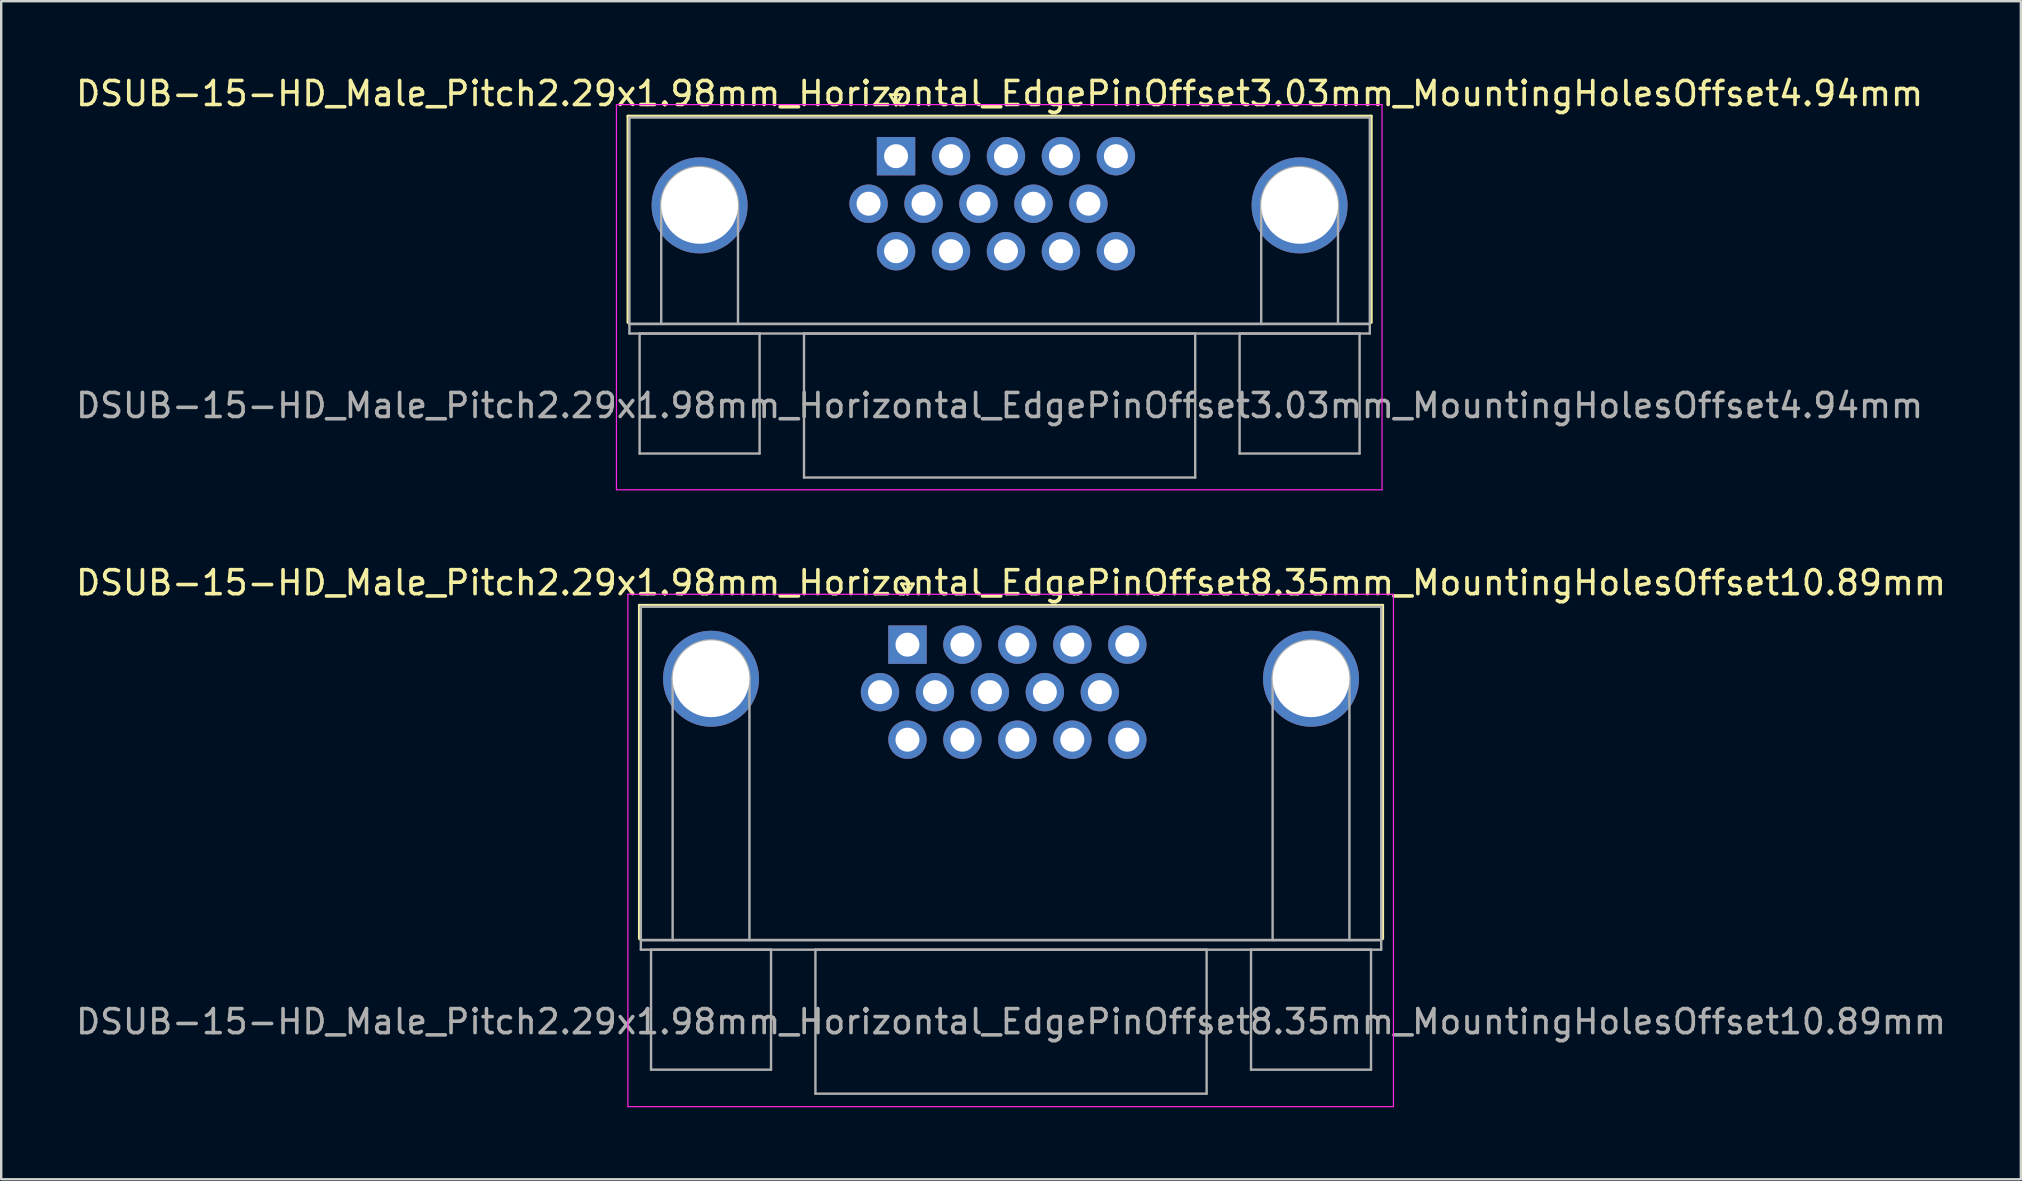
<source format=kicad_pcb>
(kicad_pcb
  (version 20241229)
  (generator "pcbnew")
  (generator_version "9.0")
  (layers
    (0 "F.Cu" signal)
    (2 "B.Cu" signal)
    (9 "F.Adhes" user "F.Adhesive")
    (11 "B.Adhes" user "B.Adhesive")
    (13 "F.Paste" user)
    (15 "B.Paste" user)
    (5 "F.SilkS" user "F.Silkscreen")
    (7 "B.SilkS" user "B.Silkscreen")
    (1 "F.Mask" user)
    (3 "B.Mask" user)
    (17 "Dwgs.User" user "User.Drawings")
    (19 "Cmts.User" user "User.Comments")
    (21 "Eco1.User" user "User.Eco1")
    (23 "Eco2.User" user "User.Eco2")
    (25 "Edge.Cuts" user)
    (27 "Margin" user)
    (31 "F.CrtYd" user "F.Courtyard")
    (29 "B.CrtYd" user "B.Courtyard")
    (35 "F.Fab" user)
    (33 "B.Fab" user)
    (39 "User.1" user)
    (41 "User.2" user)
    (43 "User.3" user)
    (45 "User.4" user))
  (footprint "DSUB-15-HD_Male_Pitch2.29x1.98mm_Horizontal_EdgePinOffset8.35mm_MountingHolesOffset10.89mm"
    (layer "F.Cu")
    (at 34.762 23.811)
    (property "Reference" "DSUB-15-HD_Male_Pitch2.29x1.98mm_Horizontal_EdgePinOffset8.35mm_MountingHolesOffset10.89mm" (at 4.315 -2.58 0) (layer "F.SilkS") (effects (font (size 1 1) (thickness 0.15))))
    (attr through_hole)
    (fp_line (start -11.17 -1.64) (end 19.8 -1.64) (stroke (width 0.12) (type solid)) (layer "F.SilkS"))
    (fp_line (start -11.17 12.25) (end -11.17 -1.64) (stroke (width 0.12) (type solid)) (layer "F.SilkS"))
    (fp_line (start -0.25 -2.534) (end 0.25 -2.534) (stroke (width 0.12) (type solid)) (layer "F.SilkS"))
    (fp_line (start 0 -2.101) (end -0.25 -2.534) (stroke (width 0.12) (type solid)) (layer "F.SilkS"))
    (fp_line (start 0.25 -2.534) (end 0 -2.101) (stroke (width 0.12) (type solid)) (layer "F.SilkS"))
    (fp_line (start 19.8 -1.64) (end 19.8 12.25) (stroke (width 0.12) (type solid)) (layer "F.SilkS"))
    (fp_line (start -11.65 -2.1) (end -11.65 19.25) (stroke (width 0.05) (type solid)) (layer "F.CrtYd"))
    (fp_line (start -11.65 19.25) (end 20.25 19.25) (stroke (width 0.05) (type solid)) (layer "F.CrtYd"))
    (fp_line (start 20.25 -2.1) (end -11.65 -2.1) (stroke (width 0.05) (type solid)) (layer "F.CrtYd"))
    (fp_line (start 20.25 19.25) (end 20.25 -2.1) (stroke (width 0.05) (type solid)) (layer "F.CrtYd"))
    (fp_line (start -11.11 -1.58) (end -11.11 12.31) (stroke (width 0.1) (type solid)) (layer "F.Fab"))
    (fp_line (start -11.11 12.31) (end -11.11 12.71) (stroke (width 0.1) (type solid)) (layer "F.Fab"))
    (fp_line (start -11.11 12.31) (end 19.74 12.31) (stroke (width 0.1) (type solid)) (layer "F.Fab"))
    (fp_line (start -11.11 12.71) (end 19.74 12.71) (stroke (width 0.1) (type solid)) (layer "F.Fab"))
    (fp_line (start -10.685 12.71) (end -10.685 17.71) (stroke (width 0.1) (type solid)) (layer "F.Fab"))
    (fp_line (start -10.685 17.71) (end -5.685 17.71) (stroke (width 0.1) (type solid)) (layer "F.Fab"))
    (fp_line (start -9.785 12.31) (end -9.785 1.42) (stroke (width 0.1) (type solid)) (layer "F.Fab"))
    (fp_line (start -6.585 12.31) (end -6.585 1.42) (stroke (width 0.1) (type solid)) (layer "F.Fab"))
    (fp_line (start -5.685 12.71) (end -10.685 12.71) (stroke (width 0.1) (type solid)) (layer "F.Fab"))
    (fp_line (start -5.685 17.71) (end -5.685 12.71) (stroke (width 0.1) (type solid)) (layer "F.Fab"))
    (fp_line (start -3.835 12.71) (end -3.835 18.71) (stroke (width 0.1) (type solid)) (layer "F.Fab"))
    (fp_line (start -3.835 18.71) (end 12.465 18.71) (stroke (width 0.1) (type solid)) (layer "F.Fab"))
    (fp_line (start 12.465 12.71) (end -3.835 12.71) (stroke (width 0.1) (type solid)) (layer "F.Fab"))
    (fp_line (start 12.465 18.71) (end 12.465 12.71) (stroke (width 0.1) (type solid)) (layer "F.Fab"))
    (fp_line (start 14.315 12.71) (end 14.315 17.71) (stroke (width 0.1) (type solid)) (layer "F.Fab"))
    (fp_line (start 14.315 17.71) (end 19.315 17.71) (stroke (width 0.1) (type solid)) (layer "F.Fab"))
    (fp_line (start 15.215 12.31) (end 15.215 1.42) (stroke (width 0.1) (type solid)) (layer "F.Fab"))
    (fp_line (start 18.415 12.31) (end 18.415 1.42) (stroke (width 0.1) (type solid)) (layer "F.Fab"))
    (fp_line (start 19.315 12.71) (end 14.315 12.71) (stroke (width 0.1) (type solid)) (layer "F.Fab"))
    (fp_line (start 19.315 17.71) (end 19.315 12.71) (stroke (width 0.1) (type solid)) (layer "F.Fab"))
    (fp_line (start 19.74 -1.58) (end -11.11 -1.58) (stroke (width 0.1) (type solid)) (layer "F.Fab"))
    (fp_line (start 19.74 12.31) (end -11.11 12.31) (stroke (width 0.1) (type solid)) (layer "F.Fab"))
    (fp_line (start 19.74 12.31) (end 19.74 -1.58) (stroke (width 0.1) (type solid)) (layer "F.Fab"))
    (fp_line (start 19.74 12.71) (end 19.74 12.31) (stroke (width 0.1) (type solid)) (layer "F.Fab"))
    (fp_arc (start -9.785 1.42) (mid -8.185 -0.18) (end -6.585 1.42) (stroke (width 0.1) (type solid)) (layer "F.Fab"))
    (fp_arc (start 15.215 1.42) (mid 16.815 -0.18) (end 18.415 1.42) (stroke (width 0.1) (type solid)) (layer "F.Fab"))
    (fp_text user "${REFERENCE}" (at 4.315 15.71 0) (layer "F.Fab") (effects (font (size 1 1) (thickness 0.15))))
    (pad "0" thru_hole circle (at -8.185 1.42) (size 4 4) (drill 3.2) (layers "*.Cu" "*.Mask"))
    (pad "0" thru_hole circle (at 16.815 1.42) (size 4 4) (drill 3.2) (layers "*.Cu" "*.Mask"))
    (pad "1" thru_hole rect (at 0 0) (size 1.6 1.6) (drill 1) (layers "*.Cu" "*.Mask"))
    (pad "2" thru_hole circle (at 2.29 0) (size 1.6 1.6) (drill 1) (layers "*.Cu" "*.Mask"))
    (pad "3" thru_hole circle (at 4.58 0) (size 1.6 1.6) (drill 1) (layers "*.Cu" "*.Mask"))
    (pad "4" thru_hole circle (at 6.87 0) (size 1.6 1.6) (drill 1) (layers "*.Cu" "*.Mask"))
    (pad "5" thru_hole circle (at 9.16 0) (size 1.6 1.6) (drill 1) (layers "*.Cu" "*.Mask"))
    (pad "6" thru_hole circle (at -1.145 1.98) (size 1.6 1.6) (drill 1) (layers "*.Cu" "*.Mask"))
    (pad "7" thru_hole circle (at 1.145 1.98) (size 1.6 1.6) (drill 1) (layers "*.Cu" "*.Mask"))
    (pad "8" thru_hole circle (at 3.435 1.98) (size 1.6 1.6) (drill 1) (layers "*.Cu" "*.Mask"))
    (pad "9" thru_hole circle (at 5.725 1.98) (size 1.6 1.6) (drill 1) (layers "*.Cu" "*.Mask"))
    (pad "10" thru_hole circle (at 8.015 1.98) (size 1.6 1.6) (drill 1) (layers "*.Cu" "*.Mask"))
    (pad "11" thru_hole circle (at 0 3.96) (size 1.6 1.6) (drill 1) (layers "*.Cu" "*.Mask"))
    (pad "12" thru_hole circle (at 2.29 3.96) (size 1.6 1.6) (drill 1) (layers "*.Cu" "*.Mask"))
    (pad "13" thru_hole circle (at 4.58 3.96) (size 1.6 1.6) (drill 1) (layers "*.Cu" "*.Mask"))
    (pad "14" thru_hole circle (at 6.87 3.96) (size 1.6 1.6) (drill 1) (layers "*.Cu" "*.Mask"))
    (pad "15" thru_hole circle (at 9.16 3.96) (size 1.6 1.6) (drill 1) (layers "*.Cu" "*.Mask")))
  (footprint "DSUB-15-HD_Male_Pitch2.29x1.98mm_Horizontal_EdgePinOffset3.03mm_MountingHolesOffset4.94mm"
    (layer "F.Cu")
    (at 34.286 3.458)
    (property "Reference" "DSUB-15-HD_Male_Pitch2.29x1.98mm_Horizontal_EdgePinOffset3.03mm_MountingHolesOffset4.94mm" (at 4.315 -2.61 0) (layer "F.SilkS") (effects (font (size 1 1) (thickness 0.15))))
    (attr through_hole)
    (fp_line (start -11.17 -1.67) (end 19.8 -1.67) (stroke (width 0.12) (type solid)) (layer "F.SilkS"))
    (fp_line (start -11.17 6.93) (end -11.17 -1.67) (stroke (width 0.12) (type solid)) (layer "F.SilkS"))
    (fp_line (start -0.25 -2.564) (end 0.25 -2.564) (stroke (width 0.12) (type solid)) (layer "F.SilkS"))
    (fp_line (start 0 -2.131) (end -0.25 -2.564) (stroke (width 0.12) (type solid)) (layer "F.SilkS"))
    (fp_line (start 0.25 -2.564) (end 0 -2.131) (stroke (width 0.12) (type solid)) (layer "F.SilkS"))
    (fp_line (start 19.8 -1.67) (end 19.8 6.93) (stroke (width 0.12) (type solid)) (layer "F.SilkS"))
    (fp_line (start -11.65 -2.15) (end -11.65 13.9) (stroke (width 0.05) (type solid)) (layer "F.CrtYd"))
    (fp_line (start -11.65 13.9) (end 20.25 13.9) (stroke (width 0.05) (type solid)) (layer "F.CrtYd"))
    (fp_line (start 20.25 -2.15) (end -11.65 -2.15) (stroke (width 0.05) (type solid)) (layer "F.CrtYd"))
    (fp_line (start 20.25 13.9) (end 20.25 -2.15) (stroke (width 0.05) (type solid)) (layer "F.CrtYd"))
    (fp_line (start -11.11 -1.61) (end -11.11 6.99) (stroke (width 0.1) (type solid)) (layer "F.Fab"))
    (fp_line (start -11.11 6.99) (end -11.11 7.39) (stroke (width 0.1) (type solid)) (layer "F.Fab"))
    (fp_line (start -11.11 6.99) (end 19.74 6.99) (stroke (width 0.1) (type solid)) (layer "F.Fab"))
    (fp_line (start -11.11 7.39) (end 19.74 7.39) (stroke (width 0.1) (type solid)) (layer "F.Fab"))
    (fp_line (start -10.685 7.39) (end -10.685 12.39) (stroke (width 0.1) (type solid)) (layer "F.Fab"))
    (fp_line (start -10.685 12.39) (end -5.685 12.39) (stroke (width 0.1) (type solid)) (layer "F.Fab"))
    (fp_line (start -9.785 6.99) (end -9.785 2.05) (stroke (width 0.1) (type solid)) (layer "F.Fab"))
    (fp_line (start -6.585 6.99) (end -6.585 2.05) (stroke (width 0.1) (type solid)) (layer "F.Fab"))
    (fp_line (start -5.685 7.39) (end -10.685 7.39) (stroke (width 0.1) (type solid)) (layer "F.Fab"))
    (fp_line (start -5.685 12.39) (end -5.685 7.39) (stroke (width 0.1) (type solid)) (layer "F.Fab"))
    (fp_line (start -3.835 7.39) (end -3.835 13.39) (stroke (width 0.1) (type solid)) (layer "F.Fab"))
    (fp_line (start -3.835 13.39) (end 12.465 13.39) (stroke (width 0.1) (type solid)) (layer "F.Fab"))
    (fp_line (start 12.465 7.39) (end -3.835 7.39) (stroke (width 0.1) (type solid)) (layer "F.Fab"))
    (fp_line (start 12.465 13.39) (end 12.465 7.39) (stroke (width 0.1) (type solid)) (layer "F.Fab"))
    (fp_line (start 14.315 7.39) (end 14.315 12.39) (stroke (width 0.1) (type solid)) (layer "F.Fab"))
    (fp_line (start 14.315 12.39) (end 19.315 12.39) (stroke (width 0.1) (type solid)) (layer "F.Fab"))
    (fp_line (start 15.215 6.99) (end 15.215 2.05) (stroke (width 0.1) (type solid)) (layer "F.Fab"))
    (fp_line (start 18.415 6.99) (end 18.415 2.05) (stroke (width 0.1) (type solid)) (layer "F.Fab"))
    (fp_line (start 19.315 7.39) (end 14.315 7.39) (stroke (width 0.1) (type solid)) (layer "F.Fab"))
    (fp_line (start 19.315 12.39) (end 19.315 7.39) (stroke (width 0.1) (type solid)) (layer "F.Fab"))
    (fp_line (start 19.74 -1.61) (end -11.11 -1.61) (stroke (width 0.1) (type solid)) (layer "F.Fab"))
    (fp_line (start 19.74 6.99) (end -11.11 6.99) (stroke (width 0.1) (type solid)) (layer "F.Fab"))
    (fp_line (start 19.74 6.99) (end 19.74 -1.61) (stroke (width 0.1) (type solid)) (layer "F.Fab"))
    (fp_line (start 19.74 7.39) (end 19.74 6.99) (stroke (width 0.1) (type solid)) (layer "F.Fab"))
    (fp_arc (start -9.785 2.05) (mid -8.185 0.45) (end -6.585 2.05) (stroke (width 0.1) (type solid)) (layer "F.Fab"))
    (fp_arc (start 15.215 2.05) (mid 16.815 0.45) (end 18.415 2.05) (stroke (width 0.1) (type solid)) (layer "F.Fab"))
    (fp_text user "${REFERENCE}" (at 4.315 10.39 0) (layer "F.Fab") (effects (font (size 1 1) (thickness 0.15))))
    (pad "0" thru_hole circle (at -8.185 2.05) (size 4 4) (drill 3.2) (layers "*.Cu" "*.Mask"))
    (pad "0" thru_hole circle (at 16.815 2.05) (size 4 4) (drill 3.2) (layers "*.Cu" "*.Mask"))
    (pad "1" thru_hole rect (at 0 0) (size 1.6 1.6) (drill 1) (layers "*.Cu" "*.Mask"))
    (pad "2" thru_hole circle (at 2.29 0) (size 1.6 1.6) (drill 1) (layers "*.Cu" "*.Mask"))
    (pad "3" thru_hole circle (at 4.58 0) (size 1.6 1.6) (drill 1) (layers "*.Cu" "*.Mask"))
    (pad "4" thru_hole circle (at 6.87 0) (size 1.6 1.6) (drill 1) (layers "*.Cu" "*.Mask"))
    (pad "5" thru_hole circle (at 9.16 0) (size 1.6 1.6) (drill 1) (layers "*.Cu" "*.Mask"))
    (pad "6" thru_hole circle (at -1.145 1.98) (size 1.6 1.6) (drill 1) (layers "*.Cu" "*.Mask"))
    (pad "7" thru_hole circle (at 1.145 1.98) (size 1.6 1.6) (drill 1) (layers "*.Cu" "*.Mask"))
    (pad "8" thru_hole circle (at 3.435 1.98) (size 1.6 1.6) (drill 1) (layers "*.Cu" "*.Mask"))
    (pad "9" thru_hole circle (at 5.725 1.98) (size 1.6 1.6) (drill 1) (layers "*.Cu" "*.Mask"))
    (pad "10" thru_hole circle (at 8.015 1.98) (size 1.6 1.6) (drill 1) (layers "*.Cu" "*.Mask"))
    (pad "11" thru_hole circle (at 0 3.96) (size 1.6 1.6) (drill 1) (layers "*.Cu" "*.Mask"))
    (pad "12" thru_hole circle (at 2.29 3.96) (size 1.6 1.6) (drill 1) (layers "*.Cu" "*.Mask"))
    (pad "13" thru_hole circle (at 4.58 3.96) (size 1.6 1.6) (drill 1) (layers "*.Cu" "*.Mask"))
    (pad "14" thru_hole circle (at 6.87 3.96) (size 1.6 1.6) (drill 1) (layers "*.Cu" "*.Mask"))
    (pad "15" thru_hole circle (at 9.16 3.96) (size 1.6 1.6) (drill 1) (layers "*.Cu" "*.Mask")))
  (gr_rect
    (start -3 -3)
    (end 81.155 46.087)
    (stroke (width 0.1) (type default))
    (fill no)
    (layer "Edge.Cuts")))
</source>
